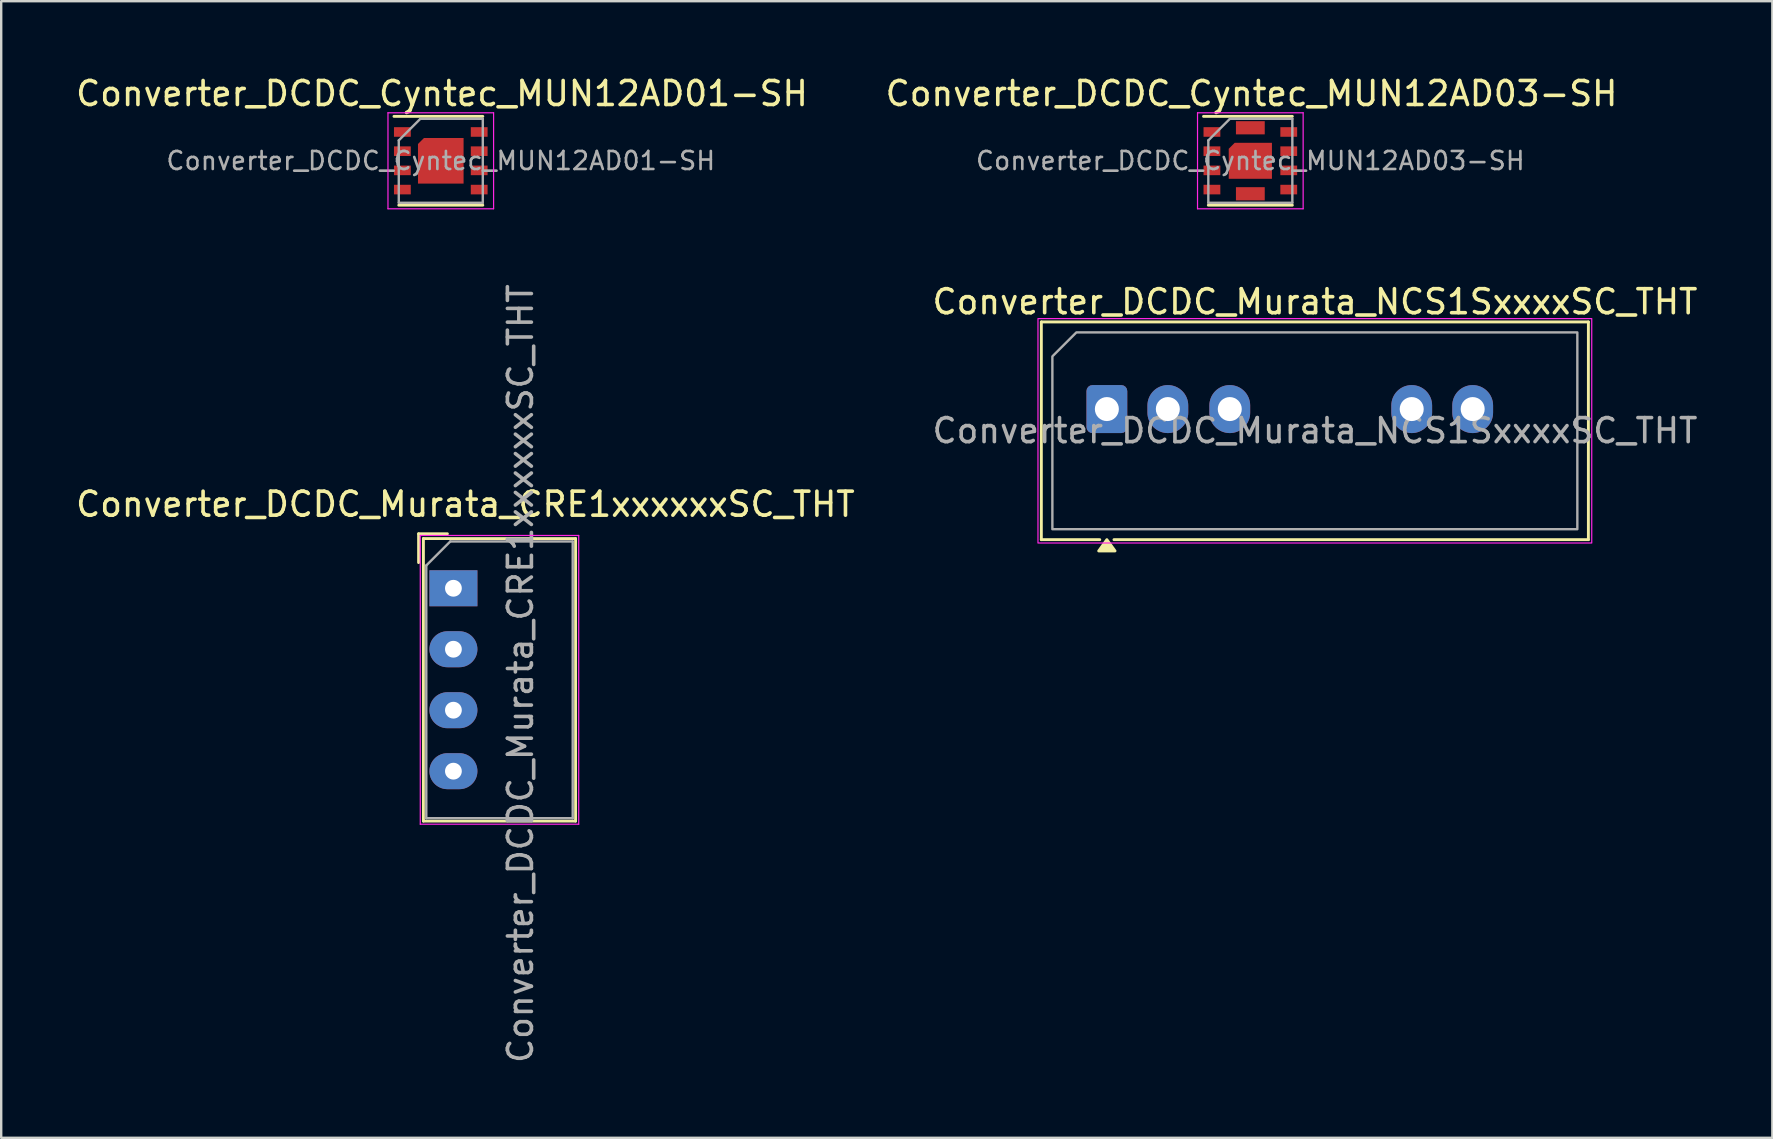
<source format=kicad_pcb>
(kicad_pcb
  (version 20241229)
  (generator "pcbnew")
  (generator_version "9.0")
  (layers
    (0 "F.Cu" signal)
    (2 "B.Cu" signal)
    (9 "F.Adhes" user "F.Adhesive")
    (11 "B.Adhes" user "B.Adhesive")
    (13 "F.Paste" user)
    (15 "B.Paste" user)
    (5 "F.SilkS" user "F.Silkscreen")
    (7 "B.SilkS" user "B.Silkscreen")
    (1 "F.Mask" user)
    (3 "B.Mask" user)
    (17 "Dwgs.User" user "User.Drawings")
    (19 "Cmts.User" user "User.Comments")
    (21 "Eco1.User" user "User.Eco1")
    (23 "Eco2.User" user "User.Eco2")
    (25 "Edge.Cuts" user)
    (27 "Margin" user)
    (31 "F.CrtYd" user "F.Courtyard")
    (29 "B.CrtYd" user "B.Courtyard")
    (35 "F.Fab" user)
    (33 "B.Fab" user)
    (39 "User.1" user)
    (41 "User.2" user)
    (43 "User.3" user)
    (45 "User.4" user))
  (footprint "Converter_DCDC_Murata_CRE1xxxxxxSC_THT"
    (layer "F.Cu")
    (at 15.839 21.457)
    (property "Reference" "Converter_DCDC_Murata_CRE1xxxxxxSC_THT" (at 0.5 -3.5 180) (layer "F.SilkS") (effects (font (size 1 1) (thickness 0.15))))
    (attr through_hole)
    (fp_line (start -1.45 -2.27) (end -1.45 -1.07) (stroke (width 0.12) (type solid)) (layer "F.SilkS"))
    (fp_line (start -1.25 -2.07) (end -1.25 9.7) (stroke (width 0.12) (type solid)) (layer "F.SilkS"))
    (fp_line (start -0.25 -2.27) (end -1.45 -2.27) (stroke (width 0.12) (type solid)) (layer "F.SilkS"))
    (fp_line (start 5.09 -2.07) (end -1.25 -2.07) (stroke (width 0.12) (type solid)) (layer "F.SilkS"))
    (fp_line (start 5.09 -2.07) (end 5.09 9.7) (stroke (width 0.12) (type solid)) (layer "F.SilkS"))
    (fp_line (start 5.09 9.7) (end -1.25 9.7) (stroke (width 0.12) (type solid)) (layer "F.SilkS"))
    (fp_line (start -1.38 -2.2) (end -1.38 9.83) (stroke (width 0.05) (type solid)) (layer "F.CrtYd"))
    (fp_line (start 5.22 -2.2) (end -1.38 -2.2) (stroke (width 0.05) (type solid)) (layer "F.CrtYd"))
    (fp_line (start 5.22 -2.2) (end 5.22 9.83) (stroke (width 0.05) (type solid)) (layer "F.CrtYd"))
    (fp_line (start 5.22 9.83) (end -1.38 9.83) (stroke (width 0.05) (type solid)) (layer "F.CrtYd"))
    (fp_line (start -1.13 -0.95) (end -1.13 9.58) (stroke (width 0.1) (type solid)) (layer "F.Fab"))
    (fp_line (start -1.13 9.58) (end 4.97 9.58) (stroke (width 0.1) (type solid)) (layer "F.Fab"))
    (fp_line (start -0.13 -1.95) (end -1.13 -0.95) (stroke (width 0.1) (type solid)) (layer "F.Fab"))
    (fp_line (start -0.13 -1.95) (end 4.97 -1.95) (stroke (width 0.1) (type solid)) (layer "F.Fab"))
    (fp_line (start 4.97 -1.95) (end 4.97 9.58) (stroke (width 0.1) (type solid)) (layer "F.Fab"))
    (fp_text user "${REFERENCE}" (at 2.794 3.556 270) (layer "F.Fab") (effects (font (size 1 1) (thickness 0.15))))
    (pad "1" thru_hole rect (at 0 0 270) (size 1.5 2) (drill 0.7) (layers "*.Cu" "*.Mask"))
    (pad "2" thru_hole oval (at 0 2.54 270) (size 1.5 2) (drill 0.7) (layers "*.Cu" "*.Mask"))
    (pad "3" thru_hole oval (at 0 5.08 270) (size 1.5 2) (drill 0.7) (layers "*.Cu" "*.Mask"))
    (pad "4" thru_hole oval (at 0 7.62 270) (size 1.5 2) (drill 0.7) (layers "*.Cu" "*.Mask")))
  (footprint "Converter_DCDC_Cyntec_MUN12AD03-SH"
    (layer "F.Cu")
    (at 49.039 3.648)
    (property "Reference" "Converter_DCDC_Cyntec_MUN12AD03-SH" (at 0.05 -2.8 0) (layer "F.SilkS") (effects (font (size 1 1) (thickness 0.15))))
    (attr smd)
    (fp_line (start -1.75 1.85) (end 1.75 1.85) (stroke (width 0.12) (type solid)) (layer "F.SilkS"))
    (fp_line (start 1.75 -1.85) (end -1.95 -1.85) (stroke (width 0.12) (type solid)) (layer "F.SilkS"))
    (fp_line (start -2.2 -2) (end -2.2 2) (stroke (width 0.05) (type solid)) (layer "F.CrtYd"))
    (fp_line (start -2.2 2) (end 2.2 2) (stroke (width 0.05) (type solid)) (layer "F.CrtYd"))
    (fp_line (start 2.2 -2) (end -2.2 -2) (stroke (width 0.05) (type solid)) (layer "F.CrtYd"))
    (fp_line (start 2.2 2) (end 2.2 -2) (stroke (width 0.05) (type solid)) (layer "F.CrtYd"))
    (fp_line (start -1.75 -0.85) (end -1.75 1.75) (stroke (width 0.1) (type solid)) (layer "F.Fab"))
    (fp_line (start -1.75 1.75) (end 1.75 1.75) (stroke (width 0.1) (type solid)) (layer "F.Fab"))
    (fp_line (start -0.85 -1.75) (end -1.75 -0.85) (stroke (width 0.1) (type solid)) (layer "F.Fab"))
    (fp_line (start 1.75 -1.75) (end -0.85 -1.75) (stroke (width 0.1) (type solid)) (layer "F.Fab"))
    (fp_line (start 1.75 1.75) (end 1.75 -1.75) (stroke (width 0.1) (type solid)) (layer "F.Fab"))
    (fp_text user "${REFERENCE}" (at 0 0 0) (layer "F.Fab") (effects (font (size 0.75 0.75) (thickness 0.11))))
    (pad "" smd custom (at -0.45 -0.375) (size 0.75 0.1) (layers "F.Paste") (options (anchor rect)) (primitives (gr_poly (pts (xy 0.375 0.3) (xy -0.375 0.3) (xy -0.375 -0.05) (xy -0.125 -0.3) (xy 0.375 -0.3)) (width 0) (fill yes))))
    (pad "" smd rect (at -0.45 0.375) (size 0.75 0.6) (layers "F.Paste"))
    (pad "" smd rect (at -0.3 -1.375) (size 0.45 0.55) (layers "F.Paste"))
    (pad "" smd rect (at -0.3 1.375) (size 0.45 0.55) (layers "F.Paste"))
    (pad "" smd rect (at 0.3 -1.375) (size 0.45 0.55) (layers "F.Paste"))
    (pad "" smd rect (at 0.3 1.375) (size 0.45 0.55) (layers "F.Paste"))
    (pad "" smd rect (at 0.45 -0.375) (size 0.75 0.6) (layers "F.Paste"))
    (pad "" smd rect (at 0.45 0.375) (size 0.75 0.6) (layers "F.Paste"))
    (pad "1" smd rect (at -1.6 -1.2) (size 0.7 0.4) (layers "F.Cu" "F.Mask" "F.Paste"))
    (pad "2" smd rect (at -1.6 -0.4) (size 0.7 0.4) (layers "F.Cu" "F.Mask" "F.Paste"))
    (pad "3" smd rect (at -1.6 0.4) (size 0.7 0.4) (layers "F.Cu" "F.Mask" "F.Paste"))
    (pad "4" smd rect (at -1.6 1.2) (size 0.7 0.4) (layers "F.Cu" "F.Mask" "F.Paste"))
    (pad "5" smd rect (at 1.6 1.2) (size 0.7 0.4) (layers "F.Cu" "F.Mask" "F.Paste"))
    (pad "6" smd rect (at 1.6 0.4) (size 0.7 0.4) (layers "F.Cu" "F.Mask" "F.Paste"))
    (pad "7" smd rect (at 1.6 -0.4) (size 0.7 0.4) (layers "F.Cu" "F.Mask" "F.Paste"))
    (pad "8" smd rect (at 1.6 -1.2) (size 0.7 0.4) (layers "F.Cu" "F.Mask" "F.Paste"))
    (pad "9" smd rect (at 0 1.375) (size 1.2 0.55) (layers "F.Cu" "F.Mask"))
    (pad "10" smd custom (at 0 0) (size 1.8 1) (layers "F.Cu" "F.Mask") (options (anchor rect)) (primitives (gr_poly (pts (xy 0.9 0.75) (xy -0.9 0.75) (xy -0.9 -0.5) (xy -0.65 -0.75) (xy 0.9 -0.75)) (width 0) (fill yes))))
    (pad "11" smd rect (at 0 -1.375) (size 1.2 0.55) (layers "F.Cu" "F.Mask")))
  (footprint "Converter_DCDC_Cyntec_MUN12AD01-SH"
    (layer "F.Cu")
    (at 15.313 3.648)
    (property "Reference" "Converter_DCDC_Cyntec_MUN12AD01-SH" (at 0.05 -2.8 0) (layer "F.SilkS") (effects (font (size 1 1) (thickness 0.15))))
    (attr smd)
    (fp_line (start -1.75 1.85) (end 1.75 1.85) (stroke (width 0.12) (type solid)) (layer "F.SilkS"))
    (fp_line (start 1.75 -1.85) (end -1.95 -1.85) (stroke (width 0.12) (type solid)) (layer "F.SilkS"))
    (fp_line (start -2.2 -2) (end -2.2 2) (stroke (width 0.05) (type solid)) (layer "F.CrtYd"))
    (fp_line (start -2.2 2) (end 2.2 2) (stroke (width 0.05) (type solid)) (layer "F.CrtYd"))
    (fp_line (start 2.2 -2) (end -2.2 -2) (stroke (width 0.05) (type solid)) (layer "F.CrtYd"))
    (fp_line (start 2.2 2) (end 2.2 -2) (stroke (width 0.05) (type solid)) (layer "F.CrtYd"))
    (fp_line (start -1.75 -0.85) (end -1.75 1.75) (stroke (width 0.1) (type solid)) (layer "F.Fab"))
    (fp_line (start -1.75 1.75) (end 1.75 1.75) (stroke (width 0.1) (type solid)) (layer "F.Fab"))
    (fp_line (start -0.85 -1.75) (end -1.75 -0.85) (stroke (width 0.1) (type solid)) (layer "F.Fab"))
    (fp_line (start 1.75 -1.75) (end -0.85 -1.75) (stroke (width 0.1) (type solid)) (layer "F.Fab"))
    (fp_line (start 1.75 1.75) (end 1.75 -1.75) (stroke (width 0.1) (type solid)) (layer "F.Fab"))
    (fp_text user "${REFERENCE}" (at 0 0 0) (layer "F.Fab") (effects (font (size 0.75 0.75) (thickness 0.11))))
    (pad "" smd custom (at -0.525 -0.525) (size 0.3 0.3) (layers "F.Paste") (options (anchor rect)) (primitives (gr_poly (pts (xy 0.375 0.375) (xy -0.375 0.375) (xy -0.375 -0.125) (xy -0.125 -0.375) (xy 0.375 -0.375)) (width 0) (fill yes))))
    (pad "" smd rect (at -0.525 0.525) (size 0.75 0.75) (layers "F.Paste"))
    (pad "" smd rect (at 0.525 -0.525) (size 0.75 0.75) (layers "F.Paste"))
    (pad "" smd rect (at 0.525 0.525) (size 0.75 0.75) (layers "F.Paste"))
    (pad "1" smd rect (at -1.6 -1.2) (size 0.7 0.4) (layers "F.Cu" "F.Mask" "F.Paste"))
    (pad "2" smd rect (at -1.6 -0.4) (size 0.7 0.4) (layers "F.Cu" "F.Mask" "F.Paste"))
    (pad "3" smd rect (at -1.6 0.4) (size 0.7 0.4) (layers "F.Cu" "F.Mask" "F.Paste"))
    (pad "4" smd rect (at -1.6 1.2) (size 0.7 0.4) (layers "F.Cu" "F.Mask" "F.Paste"))
    (pad "5" smd rect (at 1.6 1.2) (size 0.7 0.4) (layers "F.Cu" "F.Mask" "F.Paste"))
    (pad "6" smd rect (at 1.6 0.4) (size 0.7 0.4) (layers "F.Cu" "F.Mask" "F.Paste"))
    (pad "7" smd rect (at 1.6 -0.4) (size 0.7 0.4) (layers "F.Cu" "F.Mask" "F.Paste"))
    (pad "8" smd rect (at 1.6 -1.2) (size 0.7 0.4) (layers "F.Cu" "F.Mask" "F.Paste"))
    (pad "9" smd custom (at 0 0) (size 1.9 1.4) (layers "F.Cu" "F.Mask") (options (anchor rect)) (primitives (gr_poly (pts (xy 0.95 0.95) (xy -0.95 0.95) (xy -0.95 -0.7) (xy -0.7 -0.95) (xy 0.95 -0.95)) (width 0) (fill yes)))))
  (footprint "Converter_DCDC_Murata_NCS1SxxxxSC_THT"
    (layer "F.Cu")
    (at 43.062 13.992)
    (property "Reference" "Converter_DCDC_Murata_NCS1SxxxxSC_THT" (at 8.67 -4.47 0) (layer "F.SilkS") (effects (font (size 1 1) (thickness 0.15))))
    (attr through_hole)
    (fp_line (start -2.73 -3.63) (end 20.06 -3.63) (stroke (width 0.12) (type solid)) (layer "F.SilkS"))
    (fp_line (start -2.73 5.44) (end -2.73 -3.63) (stroke (width 0.12) (type solid)) (layer "F.SilkS"))
    (fp_line (start -0.296 5.44) (end -2.73 5.44) (stroke (width 0.12) (type solid)) (layer "F.SilkS"))
    (fp_line (start 20.06 -3.63) (end 20.06 5.44) (stroke (width 0.12) (type solid)) (layer "F.SilkS"))
    (fp_line (start 20.06 5.44) (end 0.296 5.44) (stroke (width 0.12) (type solid)) (layer "F.SilkS"))
    (fp_poly (pts (xy 0 5.44) (xy 0.34 5.91) (xy -0.34 5.91)) (stroke (width 0.12) (type solid)) (fill yes) (layer "F.SilkS"))
    (fp_rect (start -2.87 -3.77) (end 20.2 5.58) (stroke (width 0.05) (type solid)) (fill no) (layer "F.CrtYd"))
    (fp_poly (pts (xy -2.27 -2.195) (xy -2.27 5.005) (xy 19.6 5.005) (xy 19.6 -3.195) (xy -1.27 -3.195)) (stroke (width 0.1) (type solid)) (fill no) (layer "F.Fab"))
    (fp_text user "${REFERENCE}" (at 8.67 0.9 0) (layer "F.Fab") (effects (font (size 1 1) (thickness 0.15))))
    (pad "1" thru_hole roundrect (at 0 0) (size 1.7 2) (drill 1) (layers "*.Cu" "*.Mask") (roundrect_rratio 0.147))
    (pad "2" thru_hole oval (at 2.54 0) (size 1.7 2) (drill 1) (layers "*.Cu" "*.Mask"))
    (pad "3" thru_hole oval (at 5.12 0) (size 1.7 2) (drill 1) (layers "*.Cu" "*.Mask"))
    (pad "6" thru_hole oval (at 12.7 0) (size 1.7 2) (drill 1) (layers "*.Cu" "*.Mask"))
    (pad "7" thru_hole oval (at 15.24 0) (size 1.7 2) (drill 1) (layers "*.Cu" "*.Mask")))
  (gr_rect
    (start -3 -3)
    (end 70.786 44.352)
    (stroke (width 0.1) (type default))
    (fill no)
    (layer "Edge.Cuts")))
</source>
